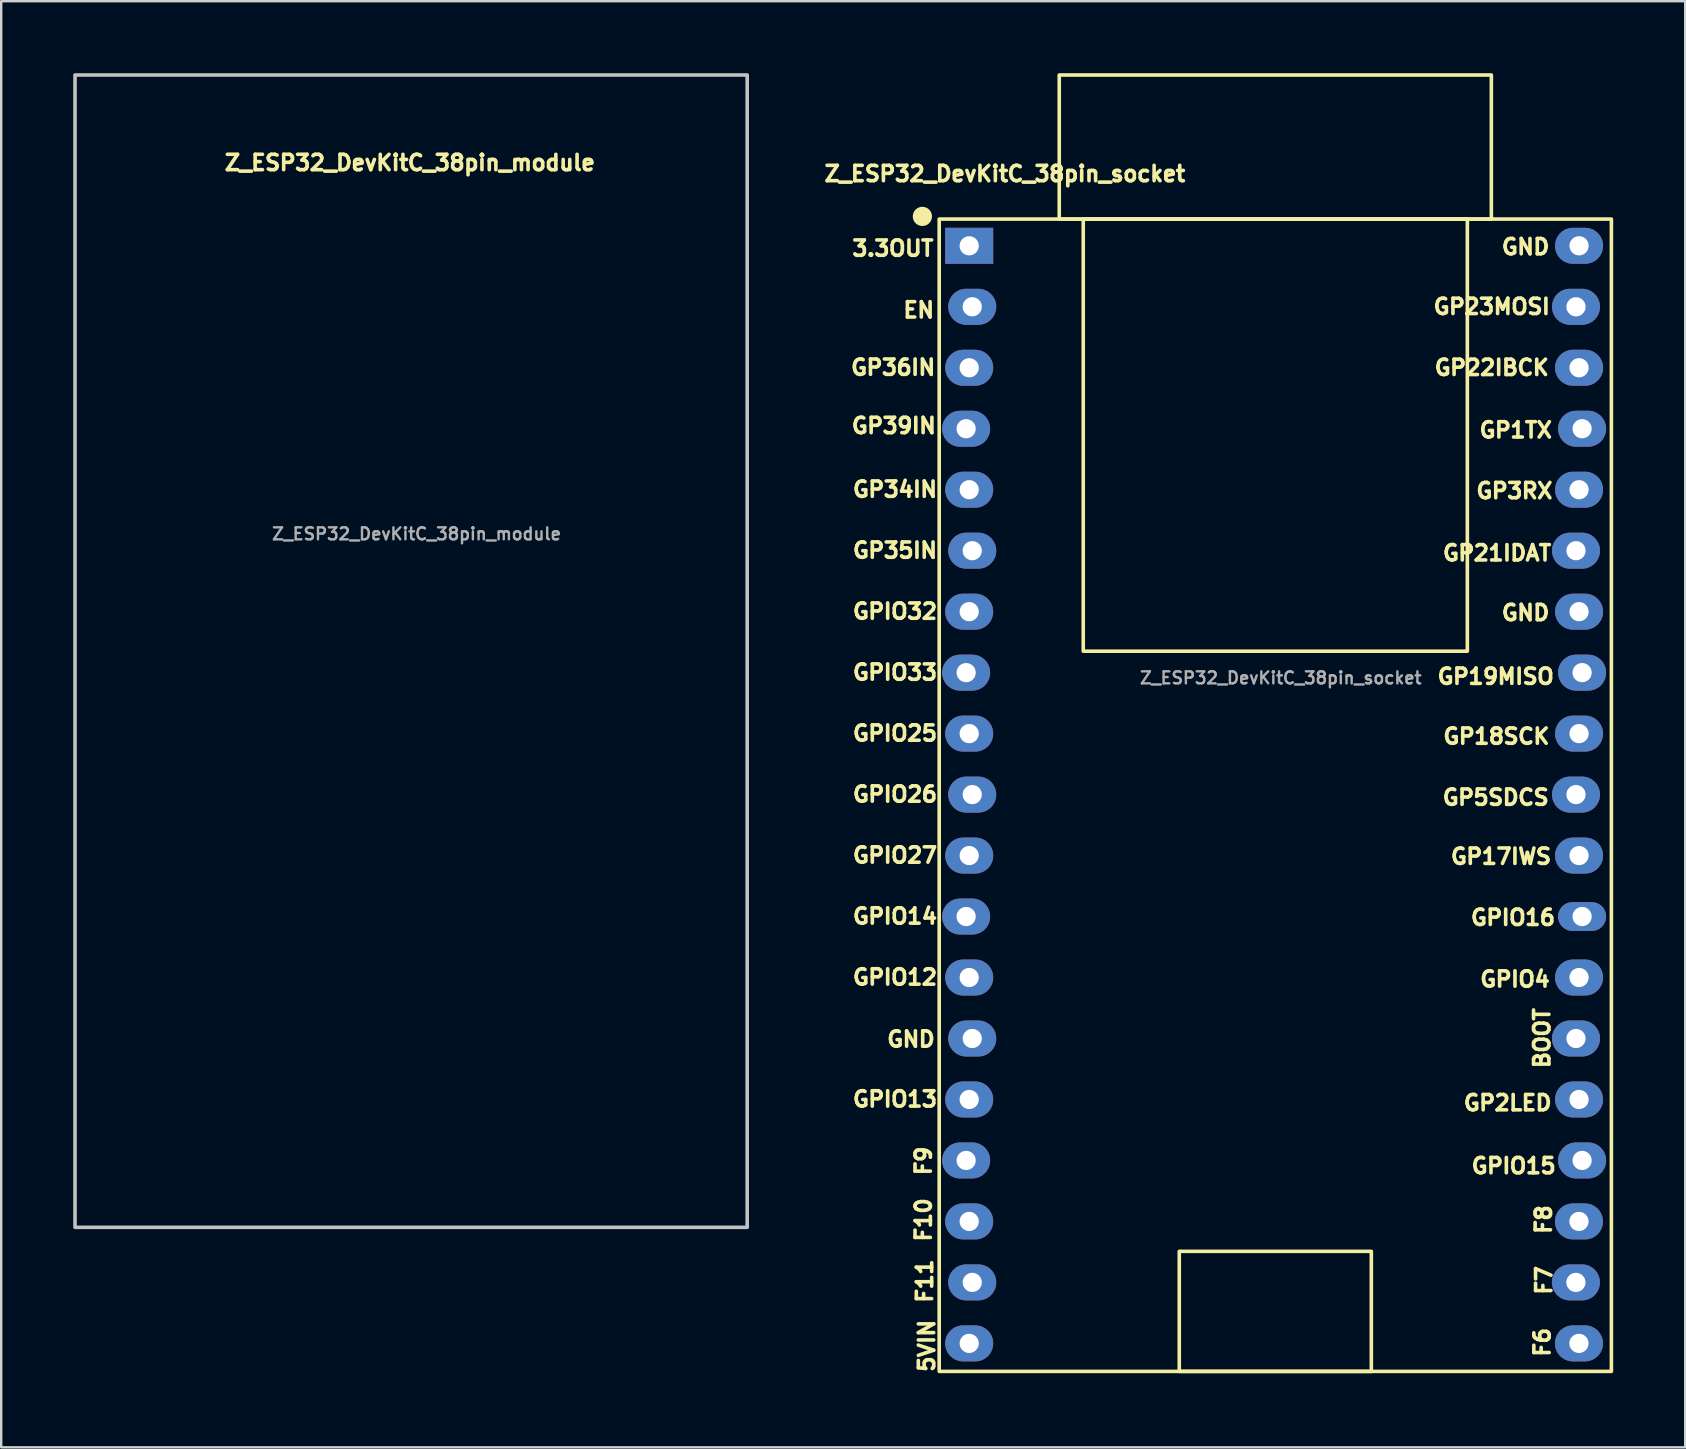
<source format=kicad_pcb>
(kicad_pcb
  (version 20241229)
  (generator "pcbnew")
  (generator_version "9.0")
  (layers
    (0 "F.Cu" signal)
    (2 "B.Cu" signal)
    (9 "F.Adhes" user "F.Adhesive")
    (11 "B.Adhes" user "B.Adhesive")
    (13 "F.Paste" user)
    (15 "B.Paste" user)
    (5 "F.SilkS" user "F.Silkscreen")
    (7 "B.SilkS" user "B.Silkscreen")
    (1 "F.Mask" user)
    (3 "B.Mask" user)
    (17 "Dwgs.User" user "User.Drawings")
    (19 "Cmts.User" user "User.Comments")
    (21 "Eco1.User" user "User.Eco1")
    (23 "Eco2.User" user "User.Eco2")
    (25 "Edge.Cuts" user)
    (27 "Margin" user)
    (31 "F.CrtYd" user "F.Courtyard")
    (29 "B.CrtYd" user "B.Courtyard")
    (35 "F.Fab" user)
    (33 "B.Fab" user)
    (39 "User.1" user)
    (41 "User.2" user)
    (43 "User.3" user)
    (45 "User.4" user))
  (footprint "Z_ESP32_DevKitC_38pin_socket"
    (layer "F.Cu")
    (at 37.322 7.189)
    (property "Reference" "Z_ESP32_DevKitC_38pin_socket" (at 1.486 -3.001 0) (layer "F.SilkS") (effects (font (size 0.64 0.64) (thickness 0.15))))
    (attr through_hole)
    (fp_rect (start -1.249 46.886) (end 26.751 -1.114) (stroke (width 0.15) (type default)) (fill no) (layer "F.SilkS"))
    (fp_rect (start 3.751 -7.114) (end 21.751 -1.114) (stroke (width 0.15) (type default)) (fill no) (layer "F.SilkS"))
    (fp_rect (start 4.751 -1.114) (end 20.751 16.886) (stroke (width 0.15) (type default)) (fill no) (layer "F.SilkS"))
    (fp_rect (start 8.751 41.886) (end 16.751 46.886) (stroke (width 0.15) (type default)) (fill no) (layer "F.SilkS"))
    (fp_circle (center -1.95 -1.225) (end -1.55 -1.225) (stroke (width 0) (type solid)) (fill yes) (layer "F.SilkS"))
    (fp_text user "GPIO27" (at -3.091 25.387 0) (layer "F.SilkS") (effects (font (size 0.64 0.64) (thickness 0.15))))
    (fp_text user "F6" (at 23.872 45.675 90) (layer "F.SilkS") (effects (font (size 0.64 0.64) (thickness 0.15))))
    (fp_text user "GP21IDAT" (at 21.989 12.798 0) (layer "F.SilkS") (effects (font (size 0.64 0.64) (thickness 0.15))))
    (fp_text user "GP36IN" (at -3.167 5.066 0) (layer "F.SilkS") (effects (font (size 0.64 0.64) (thickness 0.15))))
    (fp_text user "GPIO15" (at 22.68 38.326 0) (layer "F.SilkS") (effects (font (size 0.64 0.64) (thickness 0.15))))
    (fp_text user "3.3OUT" (at -3.179 0.107 0) (layer "F.SilkS") (effects (font (size 0.64 0.64) (thickness 0.15))))
    (fp_text user "GND" (at -2.424 33.052 0) (layer "F.SilkS") (effects (font (size 0.64 0.64) (thickness 0.15))))
    (fp_text user "GPIO13" (at -3.091 35.547 0) (layer "F.SilkS") (effects (font (size 0.64 0.64) (thickness 0.15))))
    (fp_text user "GP1TX" (at 22.766 7.677 0) (layer "F.SilkS") (effects (font (size 0.64 0.64) (thickness 0.15))))
    (fp_text user "F10" (at -1.905 40.575 90) (layer "F.SilkS") (effects (font (size 0.64 0.64) (thickness 0.15))))
    (fp_text user "F11" (at -1.851 43.123 90) (layer "F.SilkS") (effects (font (size 0.64 0.64) (thickness 0.15))))
    (fp_text user "GP19MISO" (at 21.933 17.939 0) (layer "F.SilkS") (effects (font (size 0.64 0.64) (thickness 0.15))))
    (fp_text user "GPIO12" (at -3.091 30.467 0) (layer "F.SilkS") (effects (font (size 0.64 0.64) (thickness 0.15))))
    (fp_text user "GP3RX" (at 22.711 10.207 0) (layer "F.SilkS") (effects (font (size 0.64 0.64) (thickness 0.15))))
    (fp_text user "GPIO26" (at -3.091 22.847 0) (layer "F.SilkS") (effects (font (size 0.64 0.64) (thickness 0.15))))
    (fp_text user "GPIO16" (at 22.652 27.981 0) (layer "F.SilkS") (effects (font (size 0.64 0.64) (thickness 0.15))))
    (fp_text user "GP18SCK" (at 21.961 20.434 0) (layer "F.SilkS") (effects (font (size 0.64 0.64) (thickness 0.15))))
    (fp_text user "GP5SDCS" (at 21.933 22.977 0) (layer "F.SilkS") (effects (font (size 0.64 0.64) (thickness 0.15))))
    (fp_text user "5VIN" (at -1.767 45.821 90) (layer "F.SilkS") (effects (font (size 0.64 0.64) (thickness 0.15))))
    (fp_text user "GP34IN" (at -3.091 10.147 0) (layer "F.SilkS") (effects (font (size 0.64 0.64) (thickness 0.15))))
    (fp_text user "GPIO14" (at -3.091 27.927 0) (layer "F.SilkS") (effects (font (size 0.64 0.64) (thickness 0.15))))
    (fp_text user "F7" (at 23.944 43.092 90) (layer "F.SilkS") (effects (font (size 0.64 0.64) (thickness 0.15))))
    (fp_text user "GPIO4" (at 22.735 30.551 0) (layer "F.SilkS") (effects (font (size 0.64 0.64) (thickness 0.15))))
    (fp_text user "BOOT" (at 23.86 33.004 90) (layer "F.SilkS") (effects (font (size 0.64 0.64) (thickness 0.15))))
    (fp_text user "GPIO25" (at -3.091 20.307 0) (layer "F.SilkS") (effects (font (size 0.64 0.64) (thickness 0.15))))
    (fp_text user "GP23MOSI" (at 21.767 2.533 0) (layer "F.SilkS") (effects (font (size 0.64 0.64) (thickness 0.15))))
    (fp_text user "EN" (at -2.101 2.678 0) (layer "F.SilkS") (effects (font (size 0.64 0.64) (thickness 0.15))))
    (fp_text user "F9" (at -1.905 38.119 90) (layer "F.SilkS") (effects (font (size 0.64 0.64) (thickness 0.15))))
    (fp_text user "GP2LED" (at 22.431 35.703 0) (layer "F.SilkS") (effects (font (size 0.64 0.64) (thickness 0.15))))
    (fp_text user "GPIO32" (at -3.091 15.227 0) (layer "F.SilkS") (effects (font (size 0.64 0.64) (thickness 0.15))))
    (fp_text user "GP35IN" (at -3.091 12.687 0) (layer "F.SilkS") (effects (font (size 0.64 0.64) (thickness 0.15))))
    (fp_text user "GP39IN" (at -3.139 7.495 0) (layer "F.SilkS") (effects (font (size 0.64 0.64) (thickness 0.15))))
    (fp_text user "GND" (at 23.177 0.045 0) (layer "F.SilkS") (effects (font (size 0.64 0.64) (thickness 0.15))))
    (fp_text user "GP22IBCK" (at 21.767 5.073 0) (layer "F.SilkS") (effects (font (size 0.64 0.64) (thickness 0.15))))
    (fp_text user "GP17IWS" (at 22.154 25.437 0) (layer "F.SilkS") (effects (font (size 0.64 0.64) (thickness 0.15))))
    (fp_text user "F8" (at 23.926 40.562 90) (layer "F.SilkS") (effects (font (size 0.64 0.64) (thickness 0.15))))
    (fp_text user "GPIO33" (at -3.091 17.767 0) (layer "F.SilkS") (effects (font (size 0.64 0.64) (thickness 0.15))))
    (fp_text user "GND" (at 23.177 15.286 0) (layer "F.SilkS") (effects (font (size 0.64 0.64) (thickness 0.15))))
    (fp_text user "${REFERENCE}" (at 12.979 18 0) (layer "F.Fab") (effects (font (size 0.5 0.5) (thickness 0.1))))
    (pad "1" thru_hole rect (at 0 0 270) (size 1.5 2) (drill 0.8) (layers "*.Cu" "*.Mask"))
    (pad "2" thru_hole oval (at 0.127 2.54 270) (size 1.5 2) (drill 0.8) (layers "*.Cu" "*.Mask"))
    (pad "3" thru_hole oval (at 0 5.08 270) (size 1.5 2) (drill 0.8) (layers "*.Cu" "*.Mask"))
    (pad "4" thru_hole oval (at -0.127 7.62 270) (size 1.5 2) (drill 0.8) (layers "*.Cu" "*.Mask"))
    (pad "5" thru_hole oval (at 0 10.16 270) (size 1.5 2) (drill 0.8) (layers "*.Cu" "*.Mask"))
    (pad "6" thru_hole oval (at 0.127 12.7 270) (size 1.5 2) (drill 0.8) (layers "*.Cu" "*.Mask"))
    (pad "7" thru_hole oval (at 0 15.24 270) (size 1.5 2) (drill 0.8) (layers "*.Cu" "*.Mask"))
    (pad "8" thru_hole oval (at -0.127 17.78 270) (size 1.5 2) (drill 0.8) (layers "*.Cu" "*.Mask"))
    (pad "9" thru_hole oval (at 0 20.32 270) (size 1.5 2) (drill 0.8) (layers "*.Cu" "*.Mask"))
    (pad "10" thru_hole oval (at 0.127 22.86 270) (size 1.5 2) (drill 0.8) (layers "*.Cu" "*.Mask"))
    (pad "11" thru_hole oval (at 0 25.4 270) (size 1.5 2) (drill 0.8) (layers "*.Cu" "*.Mask"))
    (pad "12" thru_hole oval (at -0.127 27.94 270) (size 1.5 2) (drill 0.8) (layers "*.Cu" "*.Mask"))
    (pad "13" thru_hole oval (at 0 30.48 270) (size 1.5 2) (drill 0.8) (layers "*.Cu" "*.Mask"))
    (pad "14" thru_hole oval (at 0.127 33.02 270) (size 1.5 2) (drill 0.8) (layers "*.Cu" "*.Mask"))
    (pad "15" thru_hole oval (at 0 35.56 270) (size 1.5 2) (drill 0.8) (layers "*.Cu" "*.Mask"))
    (pad "16" thru_hole oval (at -0.127 38.1 270) (size 1.5 2) (drill 0.8) (layers "*.Cu" "*.Mask"))
    (pad "17" thru_hole oval (at 0 40.64 270) (size 1.5 2) (drill 0.8) (layers "*.Cu" "*.Mask"))
    (pad "18" thru_hole oval (at 0.127 43.18 270) (size 1.5 2) (drill 0.8) (layers "*.Cu" "*.Mask"))
    (pad "19" thru_hole oval (at 0 45.72 270) (size 1.5 2) (drill 0.8) (layers "*.Cu" "*.Mask"))
    (pad "20" thru_hole oval (at 25.4 45.72 270) (size 1.5 2) (drill 0.8) (layers "*.Cu" "*.Mask"))
    (pad "21" thru_hole oval (at 25.273 43.18 270) (size 1.5 2) (drill 0.8) (layers "*.Cu" "*.Mask"))
    (pad "22" thru_hole oval (at 25.4 40.64 270) (size 1.5 2) (drill 0.8) (layers "*.Cu" "*.Mask"))
    (pad "23" thru_hole oval (at 25.531 38.1 270) (size 1.5 2) (drill 0.8) (layers "*.Cu" "*.Mask"))
    (pad "24" thru_hole oval (at 25.404 35.56 270) (size 1.5 2) (drill 0.8) (layers "*.Cu" "*.Mask"))
    (pad "25" thru_hole oval (at 25.277 33.02 270) (size 1.5 2) (drill 0.8) (layers "*.Cu" "*.Mask"))
    (pad "26" thru_hole oval (at 25.404 30.48 270) (size 1.5 2) (drill 0.8) (layers "*.Cu" "*.Mask"))
    (pad "27" thru_hole oval (at 25.531 27.94 270) (size 1.2 2) (drill 0.8) (layers "*.Cu" "*.Mask"))
    (pad "28" thru_hole oval (at 25.404 25.4 270) (size 1.5 2) (drill 0.8) (layers "*.Cu" "*.Mask"))
    (pad "29" thru_hole oval (at 25.277 22.86 270) (size 1.5 2) (drill 0.8) (layers "*.Cu" "*.Mask"))
    (pad "30" thru_hole oval (at 25.404 20.32 270) (size 1.5 2) (drill 0.8) (layers "*.Cu" "*.Mask"))
    (pad "31" thru_hole oval (at 25.531 17.78 270) (size 1.5 2) (drill 0.8) (layers "*.Cu" "*.Mask"))
    (pad "32" thru_hole oval (at 25.404 15.24 270) (size 1.5 2) (drill 0.8) (layers "*.Cu" "*.Mask"))
    (pad "33" thru_hole oval (at 25.277 12.7 270) (size 1.5 2) (drill 0.8) (layers "*.Cu" "*.Mask"))
    (pad "34" thru_hole oval (at 25.404 10.16 270) (size 1.5 2) (drill 0.8) (layers "*.Cu" "*.Mask"))
    (pad "35" thru_hole oval (at 25.531 7.62 270) (size 1.5 2) (drill 0.8) (layers "*.Cu" "*.Mask"))
    (pad "36" thru_hole oval (at 25.404 5.08 270) (size 1.5 2) (drill 0.8) (layers "*.Cu" "*.Mask"))
    (pad "37" thru_hole oval (at 25.277 2.54 270) (size 1.5 2) (drill 0.8) (layers "*.Cu" "*.Mask"))
    (pad "38" thru_hole oval (at 25.404 0 270) (size 1.5 2) (drill 0.8) (layers "*.Cu" "*.Mask")))
  (footprint "Z_ESP32_DevKitC_38pin_module"
    (layer "F.Cu")
    (at 1.324 1.189)
    (property "Reference" "Z_ESP32_DevKitC_38pin_module" (at 12.7 2.54 0) (layer "F.SilkS") (effects (font (size 0.64 0.64) (thickness 0.15))))
    (attr through_hole)
    (fp_rect (start -1.249 46.886) (end 26.751 -1.114) (stroke (width 0.15) (type default)) (fill no) (layer "Dwgs.User"))
    (fp_text user "${REFERENCE}" (at 12.979 18 0) (layer "F.Fab") (effects (font (size 0.5 0.5) (thickness 0.1)))))
  (gr_rect
    (start -3 -3)
    (end 67.148 57.238)
    (stroke (width 0.1) (type default))
    (fill no)
    (layer "Edge.Cuts")))
</source>
